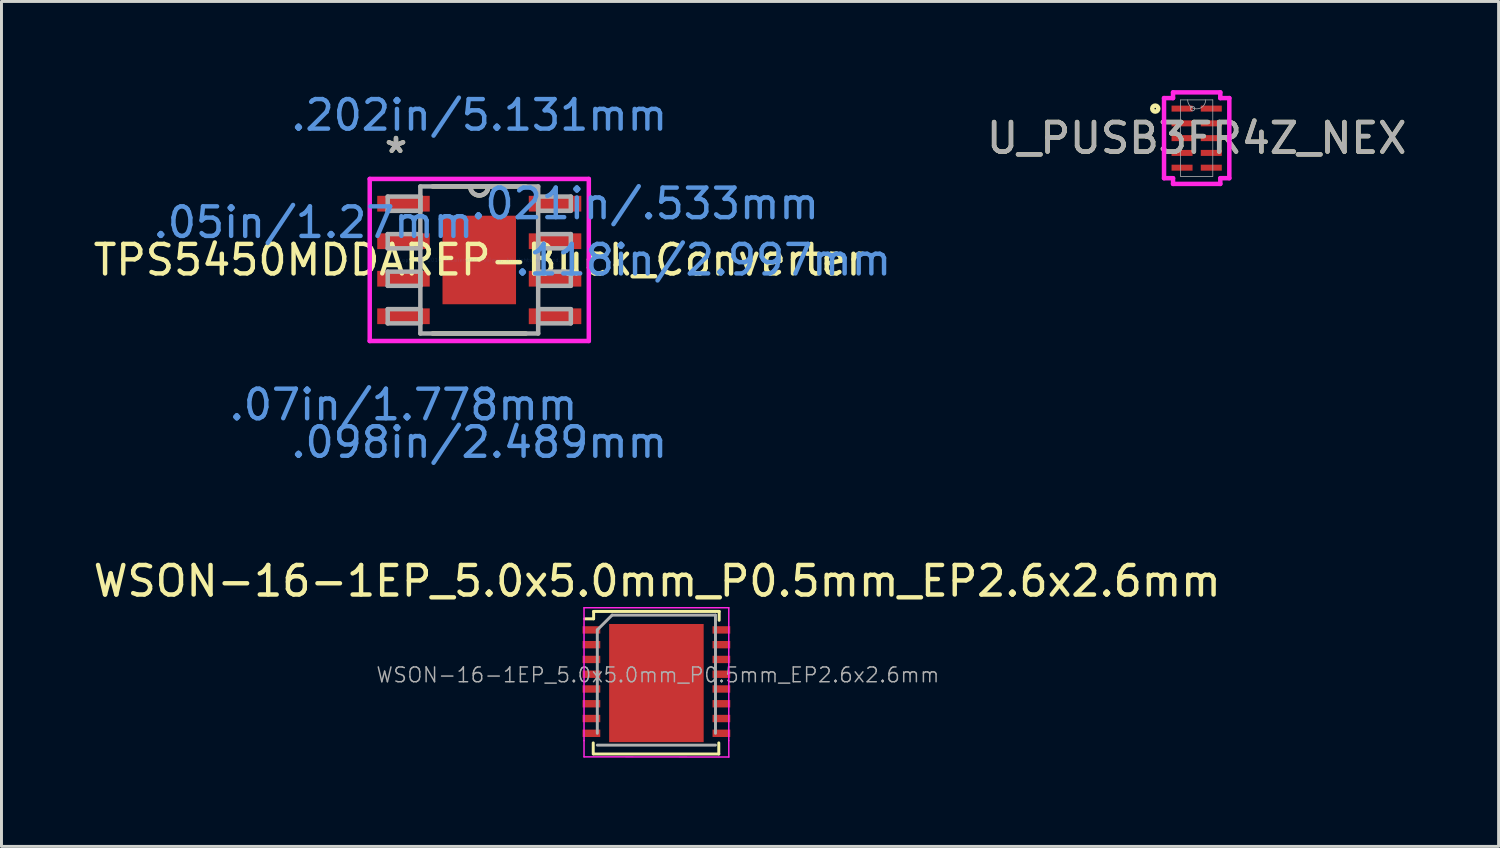
<source format=kicad_pcb>
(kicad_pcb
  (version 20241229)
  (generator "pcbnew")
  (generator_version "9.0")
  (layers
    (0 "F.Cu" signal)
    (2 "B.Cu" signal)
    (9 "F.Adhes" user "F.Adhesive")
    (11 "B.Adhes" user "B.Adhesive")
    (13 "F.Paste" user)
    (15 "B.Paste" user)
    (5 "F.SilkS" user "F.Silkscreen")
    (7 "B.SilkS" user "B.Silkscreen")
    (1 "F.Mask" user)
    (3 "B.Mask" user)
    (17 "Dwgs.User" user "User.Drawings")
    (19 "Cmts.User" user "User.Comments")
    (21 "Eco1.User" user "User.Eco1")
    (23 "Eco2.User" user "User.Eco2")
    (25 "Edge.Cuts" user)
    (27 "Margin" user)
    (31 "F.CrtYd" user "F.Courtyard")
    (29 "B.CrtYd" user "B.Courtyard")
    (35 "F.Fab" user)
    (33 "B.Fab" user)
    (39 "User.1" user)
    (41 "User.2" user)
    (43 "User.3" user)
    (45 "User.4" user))
  (footprint "U_PUSB3FR4Z_NEX"
    (layer "F.Cu")
    (at 37.457 1.626)
    (property "Reference" "U_PUSB3FR4Z_NEX" (at 0 0 0) (unlocked yes) (layer "F.SilkS") (effects (font (size 1 1) (thickness 0.15))))
    (attr smd)
    (fp_circle (center -1.402 -1) (end -1.3 -1) (stroke (width 0.152) (type solid)) (fill no) (layer "F.SilkS"))
    (fp_line (start -1.105 -1.356) (end -0.8 -1.356) (stroke (width 0.152) (type solid)) (layer "F.CrtYd"))
    (fp_line (start -1.105 1.356) (end -1.105 -1.356) (stroke (width 0.152) (type solid)) (layer "F.CrtYd"))
    (fp_line (start -1.105 1.356) (end -0.8 1.356) (stroke (width 0.152) (type solid)) (layer "F.CrtYd"))
    (fp_line (start -0.8 -1.549) (end 0.8 -1.549) (stroke (width 0.152) (type solid)) (layer "F.CrtYd"))
    (fp_line (start -0.8 -1.356) (end -0.8 -1.549) (stroke (width 0.152) (type solid)) (layer "F.CrtYd"))
    (fp_line (start -0.8 1.549) (end -0.8 1.356) (stroke (width 0.152) (type solid)) (layer "F.CrtYd"))
    (fp_line (start 0.8 -1.549) (end 0.8 -1.356) (stroke (width 0.152) (type solid)) (layer "F.CrtYd"))
    (fp_line (start 0.8 1.356) (end 0.8 1.549) (stroke (width 0.152) (type solid)) (layer "F.CrtYd"))
    (fp_line (start 0.8 1.549) (end -0.8 1.549) (stroke (width 0.152) (type solid)) (layer "F.CrtYd"))
    (fp_line (start 1.105 -1.356) (end 0.8 -1.356) (stroke (width 0.152) (type solid)) (layer "F.CrtYd"))
    (fp_line (start 1.105 -1.356) (end 1.105 1.356) (stroke (width 0.152) (type solid)) (layer "F.CrtYd"))
    (fp_line (start 1.105 1.356) (end 0.8 1.356) (stroke (width 0.152) (type solid)) (layer "F.CrtYd"))
    (fp_line (start -0.546 -1.295) (end -0.546 1.295) (stroke (width 0.025) (type solid)) (layer "F.Fab"))
    (fp_line (start -0.546 1.295) (end 0.546 1.295) (stroke (width 0.025) (type solid)) (layer "F.Fab"))
    (fp_line (start 0.546 -1.295) (end -0.546 -1.295) (stroke (width 0.025) (type solid)) (layer "F.Fab"))
    (fp_line (start 0.546 1.295) (end 0.546 -1.295) (stroke (width 0.025) (type solid)) (layer "F.Fab"))
    (fp_arc (start 0.3048 -1.2954) (mid 0 -0.9906) (end -0.3048 -1.2954) (stroke (width 0.0254) (type solid)) (layer "F.Fab"))
    (fp_circle (center -0.14 -1) (end -0.064 -1) (stroke (width 0.025) (type solid)) (fill no) (layer "F.Fab"))
    (fp_text user "${REFERENCE}" (at 0 0 0) (unlocked yes) (layer "F.Fab") (effects (font (size 1 1) (thickness 0.15))))
    (pad "1" smd rect (at -0.495 -1) (size 0.711 0.203) (layers "F.Cu" "F.Mask" "F.Paste"))
    (pad "2" smd rect (at -0.495 -0.5) (size 0.711 0.203) (layers "F.Cu" "F.Mask" "F.Paste"))
    (pad "3" smd rect (at -0.495 0) (size 0.711 0.203) (layers "F.Cu" "F.Mask" "F.Paste"))
    (pad "4" smd rect (at -0.495 0.5) (size 0.711 0.203) (layers "F.Cu" "F.Mask" "F.Paste"))
    (pad "5" smd rect (at -0.495 1) (size 0.711 0.203) (layers "F.Cu" "F.Mask" "F.Paste"))
    (pad "6" smd rect (at 0.495 1) (size 0.711 0.203) (layers "F.Cu" "F.Mask" "F.Paste"))
    (pad "7" smd rect (at 0.495 0.5) (size 0.711 0.203) (layers "F.Cu" "F.Mask" "F.Paste"))
    (pad "8" smd rect (at 0.495 0) (size 0.711 0.203) (layers "F.Cu" "F.Mask" "F.Paste"))
    (pad "9" smd rect (at 0.495 -0.5) (size 0.711 0.203) (layers "F.Cu" "F.Mask" "F.Paste"))
    (pad "10" smd rect (at 0.495 -1) (size 0.711 0.203) (layers "F.Cu" "F.Mask" "F.Paste")))
  (footprint "TPS5450MDDAREP-Buck_Converter"
    (layer "F.Cu")
    (at 13.173 5.75)
    (property "Reference" "TPS5450MDDAREP-Buck_Converter" (at 0 0 0) (layer "F.SilkS") (effects (font (size 1 1) (thickness 0.15))))
    (attr through_hole)
    (fp_line (start -1.577 2.489) (end 1.577 2.489) (stroke (width 0.152) (type solid)) (layer "F.SilkS"))
    (fp_line (start 1.577 -2.489) (end -1.577 -2.489) (stroke (width 0.152) (type solid)) (layer "F.SilkS"))
    (fp_arc (start 0.3048 -2.4892) (mid 0 -2.1844) (end -0.3048 -2.4892) (stroke (width 0.1524) (type solid)) (layer "F.SilkS"))
    (fp_line (start -3.708 -2.743) (end 3.708 -2.743) (stroke (width 0.152) (type solid)) (layer "F.CrtYd"))
    (fp_line (start -3.708 2.743) (end -3.708 -2.743) (stroke (width 0.152) (type solid)) (layer "F.CrtYd"))
    (fp_line (start 3.708 -2.743) (end 3.708 2.743) (stroke (width 0.152) (type solid)) (layer "F.CrtYd"))
    (fp_line (start 3.708 2.743) (end -3.708 2.743) (stroke (width 0.152) (type solid)) (layer "F.CrtYd"))
    (fp_line (start -3.099 -2.146) (end -3.099 -1.664) (stroke (width 0.152) (type solid)) (layer "F.Fab"))
    (fp_line (start -3.099 -1.664) (end -1.994 -1.664) (stroke (width 0.152) (type solid)) (layer "F.Fab"))
    (fp_line (start -3.099 -0.876) (end -3.099 -0.394) (stroke (width 0.152) (type solid)) (layer "F.Fab"))
    (fp_line (start -3.099 -0.394) (end -1.994 -0.394) (stroke (width 0.152) (type solid)) (layer "F.Fab"))
    (fp_line (start -3.099 0.394) (end -3.099 0.876) (stroke (width 0.152) (type solid)) (layer "F.Fab"))
    (fp_line (start -3.099 0.876) (end -1.994 0.876) (stroke (width 0.152) (type solid)) (layer "F.Fab"))
    (fp_line (start -3.099 1.664) (end -3.099 2.146) (stroke (width 0.152) (type solid)) (layer "F.Fab"))
    (fp_line (start -3.099 2.146) (end -1.994 2.146) (stroke (width 0.152) (type solid)) (layer "F.Fab"))
    (fp_line (start -1.994 -2.489) (end -1.994 2.489) (stroke (width 0.152) (type solid)) (layer "F.Fab"))
    (fp_line (start -1.994 -2.146) (end -3.099 -2.146) (stroke (width 0.152) (type solid)) (layer "F.Fab"))
    (fp_line (start -1.994 -1.664) (end -1.994 -2.146) (stroke (width 0.152) (type solid)) (layer "F.Fab"))
    (fp_line (start -1.994 -0.876) (end -3.099 -0.876) (stroke (width 0.152) (type solid)) (layer "F.Fab"))
    (fp_line (start -1.994 -0.394) (end -1.994 -0.876) (stroke (width 0.152) (type solid)) (layer "F.Fab"))
    (fp_line (start -1.994 0.394) (end -3.099 0.394) (stroke (width 0.152) (type solid)) (layer "F.Fab"))
    (fp_line (start -1.994 0.876) (end -1.994 0.394) (stroke (width 0.152) (type solid)) (layer "F.Fab"))
    (fp_line (start -1.994 1.664) (end -3.099 1.664) (stroke (width 0.152) (type solid)) (layer "F.Fab"))
    (fp_line (start -1.994 2.146) (end -1.994 1.664) (stroke (width 0.152) (type solid)) (layer "F.Fab"))
    (fp_line (start -1.994 2.489) (end 1.994 2.489) (stroke (width 0.152) (type solid)) (layer "F.Fab"))
    (fp_line (start 1.994 -2.489) (end -1.994 -2.489) (stroke (width 0.152) (type solid)) (layer "F.Fab"))
    (fp_line (start 1.994 -2.146) (end 1.994 -1.664) (stroke (width 0.152) (type solid)) (layer "F.Fab"))
    (fp_line (start 1.994 -1.664) (end 3.099 -1.664) (stroke (width 0.152) (type solid)) (layer "F.Fab"))
    (fp_line (start 1.994 -0.876) (end 1.994 -0.394) (stroke (width 0.152) (type solid)) (layer "F.Fab"))
    (fp_line (start 1.994 -0.394) (end 3.099 -0.394) (stroke (width 0.152) (type solid)) (layer "F.Fab"))
    (fp_line (start 1.994 0.394) (end 1.994 0.876) (stroke (width 0.152) (type solid)) (layer "F.Fab"))
    (fp_line (start 1.994 0.876) (end 3.099 0.876) (stroke (width 0.152) (type solid)) (layer "F.Fab"))
    (fp_line (start 1.994 1.664) (end 1.994 2.146) (stroke (width 0.152) (type solid)) (layer "F.Fab"))
    (fp_line (start 1.994 2.146) (end 3.099 2.146) (stroke (width 0.152) (type solid)) (layer "F.Fab"))
    (fp_line (start 1.994 2.489) (end 1.994 -2.489) (stroke (width 0.152) (type solid)) (layer "F.Fab"))
    (fp_line (start 3.099 -2.146) (end 1.994 -2.146) (stroke (width 0.152) (type solid)) (layer "F.Fab"))
    (fp_line (start 3.099 -1.664) (end 3.099 -2.146) (stroke (width 0.152) (type solid)) (layer "F.Fab"))
    (fp_line (start 3.099 -0.876) (end 1.994 -0.876) (stroke (width 0.152) (type solid)) (layer "F.Fab"))
    (fp_line (start 3.099 -0.394) (end 3.099 -0.876) (stroke (width 0.152) (type solid)) (layer "F.Fab"))
    (fp_line (start 3.099 0.394) (end 1.994 0.394) (stroke (width 0.152) (type solid)) (layer "F.Fab"))
    (fp_line (start 3.099 0.876) (end 3.099 0.394) (stroke (width 0.152) (type solid)) (layer "F.Fab"))
    (fp_line (start 3.099 1.664) (end 1.994 1.664) (stroke (width 0.152) (type solid)) (layer "F.Fab"))
    (fp_line (start 3.099 2.146) (end 3.099 1.664) (stroke (width 0.152) (type solid)) (layer "F.Fab"))
    (fp_arc (start 0.3048 -2.4892) (mid 0 -2.1844) (end -0.3048 -2.4892) (stroke (width 0.1524) (type solid)) (layer "F.Fab"))
    (fp_text user "*" (at -2.819 -3.581 0) (layer "F.SilkS") (effects (font (size 1 1) (thickness 0.15))))
    (fp_text user ".021in/.533mm" (at 5.613 -1.905 0) (layer "Cmts.User") (effects (font (size 1 1) (thickness 0.15))))
    (fp_text user ".202in/5.131mm" (at 0 -4.902 0) (layer "Cmts.User") (effects (font (size 1 1) (thickness 0.15))))
    (fp_text user ".098in/2.489mm" (at 0 6.172 0) (layer "Cmts.User") (effects (font (size 1 1) (thickness 0.15))))
    (fp_text user ".05in/1.27mm" (at -5.613 -1.27 0) (layer "Cmts.User") (effects (font (size 1 1) (thickness 0.15))))
    (fp_text user ".118in/2.997mm" (at 7.582 0 0) (layer "Cmts.User") (effects (font (size 1 1) (thickness 0.15))))
    (fp_text user ".07in/1.778mm" (at -2.565 4.902 0) (layer "Cmts.User") (effects (font (size 1 1) (thickness 0.15))))
    (fp_text user "Copyright 2016 Accelerated Designs. All rights reserved." (at 0 0 0) (layer "Cmts.User") (effects (font (size 0.127 0.127) (thickness 0.002))))
    (fp_text user "*" (at -2.819 -3.581 0) (layer "F.Fab") (effects (font (size 1 1) (thickness 0.15))))
    (pad "1" smd rect (at -2.565 -1.905) (size 1.778 0.533) (layers "F.Cu" "F.Mask" "F.Paste"))
    (pad "2" smd rect (at -2.565 -0.635) (size 1.778 0.533) (layers "F.Cu" "F.Mask" "F.Paste"))
    (pad "3" smd rect (at -2.565 0.635) (size 1.778 0.533) (layers "F.Cu" "F.Mask" "F.Paste"))
    (pad "4" smd rect (at -2.565 1.905) (size 1.778 0.533) (layers "F.Cu" "F.Mask" "F.Paste"))
    (pad "5" smd rect (at 2.565 1.905) (size 1.778 0.533) (layers "F.Cu" "F.Mask" "F.Paste"))
    (pad "6" smd rect (at 2.565 0.635) (size 1.778 0.533) (layers "F.Cu" "F.Mask" "F.Paste"))
    (pad "7" smd rect (at 2.565 -0.635) (size 1.778 0.533) (layers "F.Cu" "F.Mask" "F.Paste"))
    (pad "8" smd rect (at 2.565 -1.905) (size 1.778 0.533) (layers "F.Cu" "F.Mask" "F.Paste"))
    (pad "EPAD" smd rect (at 0 0) (size 2.489 2.997) (layers "F.Cu" "F.Mask" "F.Paste")))
  (footprint "WSON-16-1EP_5.0x5.0mm_P0.5mm_EP2.6x2.6mm"
    (layer "F.Cu")
    (at 19.169 19.772)
    (property "Reference" "WSON-16-1EP_5.0x5.0mm_P0.5mm_EP2.6x2.6mm" (at 0.027 -3.153 0) (layer "F.SilkS") (effects (font (size 1 1) (thickness 0.15))))
    (attr smd)
    (fp_line (start -2.425 -1.875) (end -2.125 -1.875) (stroke (width 0.1) (type solid)) (layer "F.SilkS"))
    (fp_line (start -2.138 2.7) (end -2.138 2.325) (stroke (width 0.1) (type solid)) (layer "F.SilkS"))
    (fp_line (start -2.125 -2.125) (end -2.125 -1.875) (stroke (width 0.1) (type solid)) (layer "F.SilkS"))
    (fp_line (start 2.112 2.325) (end 2.112 2.7) (stroke (width 0.1) (type solid)) (layer "F.SilkS"))
    (fp_line (start 2.112 2.7) (end -2.112 2.7) (stroke (width 0.1) (type solid)) (layer "F.SilkS"))
    (fp_line (start 2.125 -2.125) (end -2.125 -2.125) (stroke (width 0.1) (type solid)) (layer "F.SilkS"))
    (fp_line (start 2.125 -2.125) (end 2.125 -1.825) (stroke (width 0.1) (type solid)) (layer "F.SilkS"))
    (fp_line (start -2.45 -2.25) (end 2.45 -2.25) (stroke (width 0.05) (type solid)) (layer "F.CrtYd"))
    (fp_line (start -2.45 2.25) (end -2.45 -2.25) (stroke (width 0.05) (type solid)) (layer "F.CrtYd"))
    (fp_line (start -2.45 2.25) (end -2.45 2.797) (stroke (width 0.05) (type default)) (layer "F.CrtYd"))
    (fp_line (start -2.45 2.797) (end 2.451 2.803) (stroke (width 0.05) (type default)) (layer "F.CrtYd"))
    (fp_line (start 2.45 -2.25) (end 2.45 2.25) (stroke (width 0.05) (type solid)) (layer "F.CrtYd"))
    (fp_line (start 2.45 2.25) (end 2.451 2.803) (stroke (width 0.05) (type default)) (layer "F.CrtYd"))
    (fp_line (start -2 -1.5) (end -2 2) (stroke (width 0.1) (type solid)) (layer "F.Fab"))
    (fp_line (start -2 -1.5) (end -1.5 -2) (stroke (width 0.1) (type solid)) (layer "F.Fab"))
    (fp_line (start -2 2.4) (end 2 2.4) (stroke (width 0.1) (type solid)) (layer "F.Fab"))
    (fp_line (start 2 -2) (end -1.5 -2) (stroke (width 0.1) (type solid)) (layer "F.Fab"))
    (fp_line (start 2 2) (end 2 -2) (stroke (width 0.1) (type solid)) (layer "F.Fab"))
    (fp_text user "${REFERENCE}" (at 0.05 0.025 0) (layer "F.Fab") (effects (font (size 0.5 0.5) (thickness 0.05))))
    (pad "" smd rect (at -0.8 0.8 270) (size 1.05 1.05) (layers "F.Paste"))
    (pad "" smd rect (at -0.65 -0.65 270) (size 1.05 1.05) (layers "F.Paste"))
    (pad "" smd rect (at 0.65 -0.65 270) (size 1.05 1.05) (layers "F.Paste"))
    (pad "" smd rect (at 0.65 0.65 270) (size 1.05 1.05) (layers "F.Paste"))
    (pad "1" smd rect (at -2.2 -1.5 270) (size 0.25 0.6) (layers "F.Cu" "F.Mask" "F.Paste"))
    (pad "2" smd rect (at -2.2 -1 270) (size 0.25 0.6) (layers "F.Cu" "F.Mask" "F.Paste"))
    (pad "3" smd rect (at -2.2 -0.5 270) (size 0.25 0.6) (layers "F.Cu" "F.Mask" "F.Paste"))
    (pad "4" smd rect (at -2.2 0 270) (size 0.25 0.6) (layers "F.Cu" "F.Mask" "F.Paste"))
    (pad "5" smd rect (at -2.2 0.5 270) (size 0.25 0.6) (layers "F.Cu" "F.Mask" "F.Paste"))
    (pad "6" smd rect (at -2.2 1 270) (size 0.25 0.6) (layers "F.Cu" "F.Mask" "F.Paste"))
    (pad "7" smd rect (at -2.2 1.5 270) (size 0.25 0.6) (layers "F.Cu" "F.Mask" "F.Paste"))
    (pad "8" smd rect (at -2.2 2 270) (size 0.25 0.6) (layers "F.Cu" "F.Mask" "F.Paste"))
    (pad "9" smd rect (at 2.2 2 270) (size 0.25 0.6) (layers "F.Cu" "F.Mask" "F.Paste"))
    (pad "10" smd rect (at 2.2 1.5 270) (size 0.25 0.6) (layers "F.Cu" "F.Mask" "F.Paste"))
    (pad "11" smd rect (at 2.2 1 270) (size 0.25 0.6) (layers "F.Cu" "F.Mask" "F.Paste"))
    (pad "12" smd rect (at 2.2 0.5 270) (size 0.25 0.6) (layers "F.Cu" "F.Mask" "F.Paste"))
    (pad "13" smd rect (at 2.2 0 270) (size 0.25 0.6) (layers "F.Cu" "F.Mask" "F.Paste"))
    (pad "14" smd rect (at 2.2 -0.5 270) (size 0.25 0.6) (layers "F.Cu" "F.Mask" "F.Paste"))
    (pad "15" smd rect (at 2.2 -1 270) (size 0.25 0.6) (layers "F.Cu" "F.Mask" "F.Paste"))
    (pad "16" smd rect (at 2.2 -1.5 270) (size 0.25 0.6) (layers "F.Cu" "F.Mask" "F.Paste"))
    (pad "DAP" smd rect (at 0 0.3 270) (size 4 3.2) (layers "F.Cu" "F.Mask")))
  (gr_rect
    (start -3 -3)
    (end 47.677 25.601)
    (stroke (width 0.1) (type default))
    (fill no)
    (layer "Edge.Cuts")))
</source>
